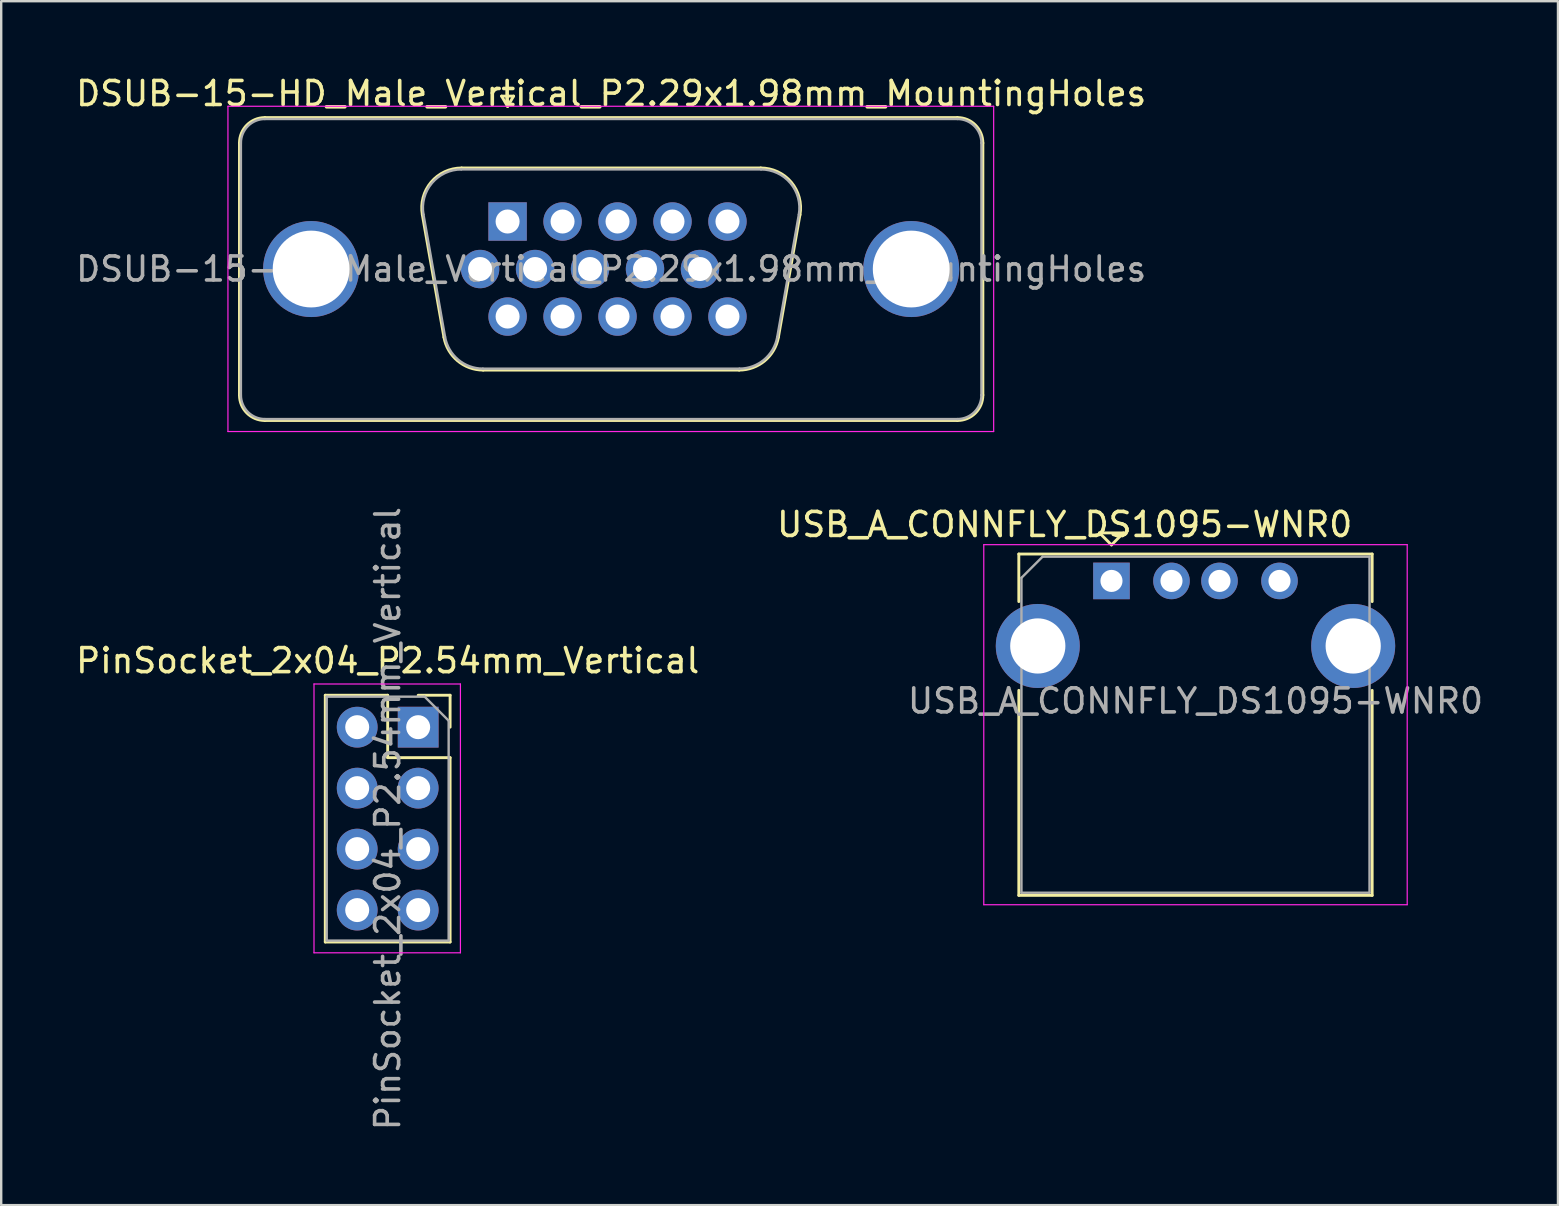
<source format=kicad_pcb>
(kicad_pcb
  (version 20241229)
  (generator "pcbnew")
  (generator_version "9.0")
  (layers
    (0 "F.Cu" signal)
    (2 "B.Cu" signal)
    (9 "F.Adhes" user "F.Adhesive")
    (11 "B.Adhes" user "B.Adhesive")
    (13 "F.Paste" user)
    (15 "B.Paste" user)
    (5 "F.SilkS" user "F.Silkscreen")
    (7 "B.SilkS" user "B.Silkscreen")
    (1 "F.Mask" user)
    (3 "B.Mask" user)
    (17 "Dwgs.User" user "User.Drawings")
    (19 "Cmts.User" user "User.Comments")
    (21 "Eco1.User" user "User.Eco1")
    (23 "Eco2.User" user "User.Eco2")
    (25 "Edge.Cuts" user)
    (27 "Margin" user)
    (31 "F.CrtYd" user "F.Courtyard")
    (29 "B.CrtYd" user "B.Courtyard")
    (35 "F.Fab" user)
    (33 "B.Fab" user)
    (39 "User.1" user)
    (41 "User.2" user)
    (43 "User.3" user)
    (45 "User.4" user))
  (footprint "USB_A_CONNFLY_DS1095-WNR0"
    (layer "F.Cu")
    (at 43.254 21.151)
    (property "Reference" "USB_A_CONNFLY_DS1095-WNR0" (at -1.95 -2.35 0) (layer "F.SilkS") (effects (font (size 1 1) (thickness 0.15))))
    (attr through_hole)
    (fp_line (start -3.86 -1.12) (end -3.86 0.86) (stroke (width 0.12) (type solid)) (layer "F.SilkS"))
    (fp_line (start -3.86 -1.12) (end 10.86 -1.12) (stroke (width 0.12) (type solid)) (layer "F.SilkS"))
    (fp_line (start -3.86 4.56) (end -3.86 13.1) (stroke (width 0.12) (type solid)) (layer "F.SilkS"))
    (fp_line (start -3.86 13.1) (end 10.86 13.1) (stroke (width 0.12) (type solid)) (layer "F.SilkS"))
    (fp_line (start -0.5 -2) (end 0 -1.5) (stroke (width 0.12) (type solid)) (layer "F.SilkS"))
    (fp_line (start 0 -1.5) (end 0.5 -2) (stroke (width 0.12) (type solid)) (layer "F.SilkS"))
    (fp_line (start 0.5 -2) (end -0.5 -2) (stroke (width 0.12) (type solid)) (layer "F.SilkS"))
    (fp_line (start 10.86 0.86) (end 10.86 -1.12) (stroke (width 0.12) (type solid)) (layer "F.SilkS"))
    (fp_line (start 10.86 4.56) (end 10.86 13.1) (stroke (width 0.12) (type solid)) (layer "F.SilkS"))
    (fp_line (start -5.32 -1.51) (end -5.32 13.49) (stroke (width 0.05) (type solid)) (layer "F.CrtYd"))
    (fp_line (start -5.32 -1.51) (end 12.32 -1.51) (stroke (width 0.05) (type solid)) (layer "F.CrtYd"))
    (fp_line (start 12.32 -1.51) (end 12.32 13.49) (stroke (width 0.05) (type solid)) (layer "F.CrtYd"))
    (fp_line (start 12.32 13.49) (end -5.32 13.49) (stroke (width 0.05) (type solid)) (layer "F.CrtYd"))
    (fp_line (start -3.75 -0.13) (end -3.75 12.99) (stroke (width 0.1) (type solid)) (layer "F.Fab"))
    (fp_line (start -3.75 12.99) (end 10.75 12.99) (stroke (width 0.1) (type solid)) (layer "F.Fab"))
    (fp_line (start -2.87 -1.01) (end -3.75 -0.13) (stroke (width 0.1) (type solid)) (layer "F.Fab"))
    (fp_line (start -2.87 -1.01) (end 10.75 -1.01) (stroke (width 0.1) (type solid)) (layer "F.Fab"))
    (fp_line (start 10.75 -1.01) (end 10.75 12.99) (stroke (width 0.1) (type solid)) (layer "F.Fab"))
    (fp_text user "${REFERENCE}" (at 3.5 5 0) (layer "F.Fab") (effects (font (size 1 1) (thickness 0.15))))
    (pad "1" thru_hole rect (at 0 0) (size 1.524 1.524) (drill 0.92) (layers "*.Cu" "*.Mask"))
    (pad "2" thru_hole circle (at 2.5 0) (size 1.524 1.524) (drill 0.92) (layers "*.Cu" "*.Mask"))
    (pad "3" thru_hole circle (at 4.5 0) (size 1.524 1.524) (drill 0.92) (layers "*.Cu" "*.Mask"))
    (pad "4" thru_hole circle (at 7 0) (size 1.524 1.524) (drill 0.92) (layers "*.Cu" "*.Mask"))
    (pad "5" thru_hole circle (at -3.07 2.71) (size 3.5 3.5) (drill 2.3) (layers "*.Cu" "*.Mask"))
    (pad "5" thru_hole circle (at 10.07 2.71) (size 3.5 3.5) (drill 2.3) (layers "*.Cu" "*.Mask")))
  (footprint "DSUB-15-HD_Male_Vertical_P2.29x1.98mm_MountingHoles"
    (layer "F.Cu")
    (at 18.096 6.178)
    (property "Reference" "DSUB-15-HD_Male_Vertical_P2.29x1.98mm_MountingHoles" (at 4.315 -5.33 0) (layer "F.SilkS") (effects (font (size 1 1) (thickness 0.15))))
    (attr through_hole)
    (fp_line (start -11.17 7.23) (end -11.17 -3.27) (stroke (width 0.12) (type solid)) (layer "F.SilkS"))
    (fp_line (start -10.11 -4.33) (end 18.74 -4.33) (stroke (width 0.12) (type solid)) (layer "F.SilkS"))
    (fp_line (start -3.551 -0.282) (end -2.652 4.818) (stroke (width 0.12) (type solid)) (layer "F.SilkS"))
    (fp_line (start -1.917 -2.23) (end 10.547 -2.23) (stroke (width 0.12) (type solid)) (layer "F.SilkS"))
    (fp_line (start -1.017 6.19) (end 9.647 6.19) (stroke (width 0.12) (type solid)) (layer "F.SilkS"))
    (fp_line (start -0.25 -5.224) (end 0.25 -5.224) (stroke (width 0.12) (type solid)) (layer "F.SilkS"))
    (fp_line (start 0 -4.791) (end -0.25 -5.224) (stroke (width 0.12) (type solid)) (layer "F.SilkS"))
    (fp_line (start 0.25 -5.224) (end 0 -4.791) (stroke (width 0.12) (type solid)) (layer "F.SilkS"))
    (fp_line (start 12.181 -0.282) (end 11.282 4.818) (stroke (width 0.12) (type solid)) (layer "F.SilkS"))
    (fp_line (start 18.74 8.29) (end -10.11 8.29) (stroke (width 0.12) (type solid)) (layer "F.SilkS"))
    (fp_line (start 19.8 -3.27) (end 19.8 7.23) (stroke (width 0.12) (type solid)) (layer "F.SilkS"))
    (fp_arc (start -11.17 -3.27) (mid -10.859533 -4.019533) (end -10.11 -4.33) (stroke (width 0.12) (type solid)) (layer "F.SilkS"))
    (fp_arc (start -10.11 8.29) (mid -10.859533 7.979533) (end -11.17 7.23) (stroke (width 0.12) (type solid)) (layer "F.SilkS"))
    (fp_arc (start -3.55147 -0.281744) (mid -3.188323 -1.637028) (end -1.916689 -2.23) (stroke (width 0.12) (type solid)) (layer "F.SilkS"))
    (fp_arc (start -1.017421 6.19) (mid -2.084449 5.801634) (end -2.652202 4.818256) (stroke (width 0.12) (type solid)) (layer "F.SilkS"))
    (fp_arc (start 10.546689 -2.23) (mid 11.818323 -1.637027) (end 12.18147 -0.281744) (stroke (width 0.12) (type solid)) (layer "F.SilkS"))
    (fp_arc (start 11.282202 4.818256) (mid 10.714449 5.801634) (end 9.647421 6.19) (stroke (width 0.12) (type solid)) (layer "F.SilkS"))
    (fp_arc (start 18.74 -4.33) (mid 19.489533 -4.019533) (end 19.8 -3.27) (stroke (width 0.12) (type solid)) (layer "F.SilkS"))
    (fp_arc (start 19.8 7.23) (mid 19.489533 7.979533) (end 18.74 8.29) (stroke (width 0.12) (type solid)) (layer "F.SilkS"))
    (fp_line (start -11.65 -4.8) (end -11.65 8.75) (stroke (width 0.05) (type solid)) (layer "F.CrtYd"))
    (fp_line (start -11.65 8.75) (end 20.25 8.75) (stroke (width 0.05) (type solid)) (layer "F.CrtYd"))
    (fp_line (start 20.25 -4.8) (end -11.65 -4.8) (stroke (width 0.05) (type solid)) (layer "F.CrtYd"))
    (fp_line (start 20.25 8.75) (end 20.25 -4.8) (stroke (width 0.05) (type solid)) (layer "F.CrtYd"))
    (fp_line (start -11.11 7.23) (end -11.11 -3.27) (stroke (width 0.1) (type solid)) (layer "F.Fab"))
    (fp_line (start -10.11 -4.27) (end 18.74 -4.27) (stroke (width 0.1) (type solid)) (layer "F.Fab"))
    (fp_line (start -3.504 -0.292) (end -2.605 4.808) (stroke (width 0.1) (type solid)) (layer "F.Fab"))
    (fp_line (start -1.928 -2.17) (end 10.558 -2.17) (stroke (width 0.1) (type solid)) (layer "F.Fab"))
    (fp_line (start -1.029 6.13) (end 9.659 6.13) (stroke (width 0.1) (type solid)) (layer "F.Fab"))
    (fp_line (start 12.134 -0.292) (end 11.235 4.808) (stroke (width 0.1) (type solid)) (layer "F.Fab"))
    (fp_line (start 18.74 8.23) (end -10.11 8.23) (stroke (width 0.1) (type solid)) (layer "F.Fab"))
    (fp_line (start 19.74 -3.27) (end 19.74 7.23) (stroke (width 0.1) (type solid)) (layer "F.Fab"))
    (fp_arc (start -11.11 -3.27) (mid -10.817107 -3.977107) (end -10.11 -4.27) (stroke (width 0.1) (type solid)) (layer "F.Fab"))
    (fp_arc (start -10.11 8.23) (mid -10.817107 7.937107) (end -11.11 7.23) (stroke (width 0.1) (type solid)) (layer "F.Fab"))
    (fp_arc (start -3.503886 -0.292163) (mid -3.153865 -1.59846) (end -1.928194 -2.17) (stroke (width 0.1) (type solid)) (layer "F.Fab"))
    (fp_arc (start -1.028927 6.13) (mid -2.057387 5.755671) (end -2.604619 4.807837) (stroke (width 0.1) (type solid)) (layer "F.Fab"))
    (fp_arc (start 10.558194 -2.17) (mid 11.783865 -1.59846) (end 12.133886 -0.292163) (stroke (width 0.1) (type solid)) (layer "F.Fab"))
    (fp_arc (start 11.234619 4.807837) (mid 10.687387 5.755671) (end 9.658927 6.13) (stroke (width 0.1) (type solid)) (layer "F.Fab"))
    (fp_arc (start 18.74 -4.27) (mid 19.447107 -3.977107) (end 19.74 -3.27) (stroke (width 0.1) (type solid)) (layer "F.Fab"))
    (fp_arc (start 19.74 7.23) (mid 19.447107 7.937107) (end 18.74 8.23) (stroke (width 0.1) (type solid)) (layer "F.Fab"))
    (fp_text user "${REFERENCE}" (at 4.315 1.98 0) (layer "F.Fab") (effects (font (size 1 1) (thickness 0.15))))
    (pad "0" thru_hole circle (at -8.185 1.98) (size 4 4) (drill 3.2) (layers "*.Cu" "*.Mask"))
    (pad "0" thru_hole circle (at 16.815 1.98) (size 4 4) (drill 3.2) (layers "*.Cu" "*.Mask"))
    (pad "1" thru_hole rect (at 0 0) (size 1.6 1.6) (drill 1) (layers "*.Cu" "*.Mask"))
    (pad "2" thru_hole circle (at 2.29 0) (size 1.6 1.6) (drill 1) (layers "*.Cu" "*.Mask"))
    (pad "3" thru_hole circle (at 4.58 0) (size 1.6 1.6) (drill 1) (layers "*.Cu" "*.Mask"))
    (pad "4" thru_hole circle (at 6.87 0) (size 1.6 1.6) (drill 1) (layers "*.Cu" "*.Mask"))
    (pad "5" thru_hole circle (at 9.16 0) (size 1.6 1.6) (drill 1) (layers "*.Cu" "*.Mask"))
    (pad "6" thru_hole circle (at -1.145 1.98) (size 1.6 1.6) (drill 1) (layers "*.Cu" "*.Mask"))
    (pad "7" thru_hole circle (at 1.145 1.98) (size 1.6 1.6) (drill 1) (layers "*.Cu" "*.Mask"))
    (pad "8" thru_hole circle (at 3.435 1.98) (size 1.6 1.6) (drill 1) (layers "*.Cu" "*.Mask"))
    (pad "9" thru_hole circle (at 5.725 1.98) (size 1.6 1.6) (drill 1) (layers "*.Cu" "*.Mask"))
    (pad "10" thru_hole circle (at 8.015 1.98) (size 1.6 1.6) (drill 1) (layers "*.Cu" "*.Mask"))
    (pad "11" thru_hole circle (at 0 3.96) (size 1.6 1.6) (drill 1) (layers "*.Cu" "*.Mask"))
    (pad "12" thru_hole circle (at 2.29 3.96) (size 1.6 1.6) (drill 1) (layers "*.Cu" "*.Mask"))
    (pad "13" thru_hole circle (at 4.58 3.96) (size 1.6 1.6) (drill 1) (layers "*.Cu" "*.Mask"))
    (pad "14" thru_hole circle (at 6.87 3.96) (size 1.6 1.6) (drill 1) (layers "*.Cu" "*.Mask"))
    (pad "15" thru_hole circle (at 9.16 3.96) (size 1.6 1.6) (drill 1) (layers "*.Cu" "*.Mask")))
  (footprint "PinSocket_2x04_P2.54mm_Vertical"
    (layer "F.Cu")
    (at 14.371 27.244)
    (property "Reference" "PinSocket_2x04_P2.54mm_Vertical" (at -1.27 -2.77 0) (layer "F.SilkS") (effects (font (size 1 1) (thickness 0.15))))
    (attr through_hole)
    (fp_line (start -3.87 -1.33) (end -3.87 8.95) (stroke (width 0.12) (type solid)) (layer "F.SilkS"))
    (fp_line (start -3.87 -1.33) (end -1.27 -1.33) (stroke (width 0.12) (type solid)) (layer "F.SilkS"))
    (fp_line (start -3.87 8.95) (end 1.33 8.95) (stroke (width 0.12) (type solid)) (layer "F.SilkS"))
    (fp_line (start -1.27 -1.33) (end -1.27 1.27) (stroke (width 0.12) (type solid)) (layer "F.SilkS"))
    (fp_line (start -1.27 1.27) (end 1.33 1.27) (stroke (width 0.12) (type solid)) (layer "F.SilkS"))
    (fp_line (start 0 -1.33) (end 1.33 -1.33) (stroke (width 0.12) (type solid)) (layer "F.SilkS"))
    (fp_line (start 1.33 -1.33) (end 1.33 0) (stroke (width 0.12) (type solid)) (layer "F.SilkS"))
    (fp_line (start 1.33 1.27) (end 1.33 8.95) (stroke (width 0.12) (type solid)) (layer "F.SilkS"))
    (fp_line (start -4.34 -1.8) (end 1.76 -1.8) (stroke (width 0.05) (type solid)) (layer "F.CrtYd"))
    (fp_line (start -4.34 9.4) (end -4.34 -1.8) (stroke (width 0.05) (type solid)) (layer "F.CrtYd"))
    (fp_line (start 1.76 -1.8) (end 1.76 9.4) (stroke (width 0.05) (type solid)) (layer "F.CrtYd"))
    (fp_line (start 1.76 9.4) (end -4.34 9.4) (stroke (width 0.05) (type solid)) (layer "F.CrtYd"))
    (fp_line (start -3.81 -1.27) (end 0.27 -1.27) (stroke (width 0.1) (type solid)) (layer "F.Fab"))
    (fp_line (start -3.81 8.89) (end -3.81 -1.27) (stroke (width 0.1) (type solid)) (layer "F.Fab"))
    (fp_line (start 0.27 -1.27) (end 1.27 -0.27) (stroke (width 0.1) (type solid)) (layer "F.Fab"))
    (fp_line (start 1.27 -0.27) (end 1.27 8.89) (stroke (width 0.1) (type solid)) (layer "F.Fab"))
    (fp_line (start 1.27 8.89) (end -3.81 8.89) (stroke (width 0.1) (type solid)) (layer "F.Fab"))
    (fp_text user "${REFERENCE}" (at -1.27 3.81 90) (layer "F.Fab") (effects (font (size 1 1) (thickness 0.15))))
    (pad "1" thru_hole rect (at 0 0) (size 1.7 1.7) (drill 1) (layers "*.Cu" "*.Mask"))
    (pad "2" thru_hole oval (at -2.54 0) (size 1.7 1.7) (drill 1) (layers "*.Cu" "*.Mask"))
    (pad "3" thru_hole oval (at 0 2.54) (size 1.7 1.7) (drill 1) (layers "*.Cu" "*.Mask"))
    (pad "4" thru_hole oval (at -2.54 2.54) (size 1.7 1.7) (drill 1) (layers "*.Cu" "*.Mask"))
    (pad "5" thru_hole oval (at 0 5.08) (size 1.7 1.7) (drill 1) (layers "*.Cu" "*.Mask"))
    (pad "6" thru_hole oval (at -2.54 5.08) (size 1.7 1.7) (drill 1) (layers "*.Cu" "*.Mask"))
    (pad "7" thru_hole oval (at 0 7.62) (size 1.7 1.7) (drill 1) (layers "*.Cu" "*.Mask"))
    (pad "8" thru_hole oval (at -2.54 7.62) (size 1.7 1.7) (drill 1) (layers "*.Cu" "*.Mask")))
  (gr_rect
    (start -3 -3)
    (end 61.855 47.156)
    (stroke (width 0.1) (type default))
    (fill no)
    (layer "Edge.Cuts")))
</source>
